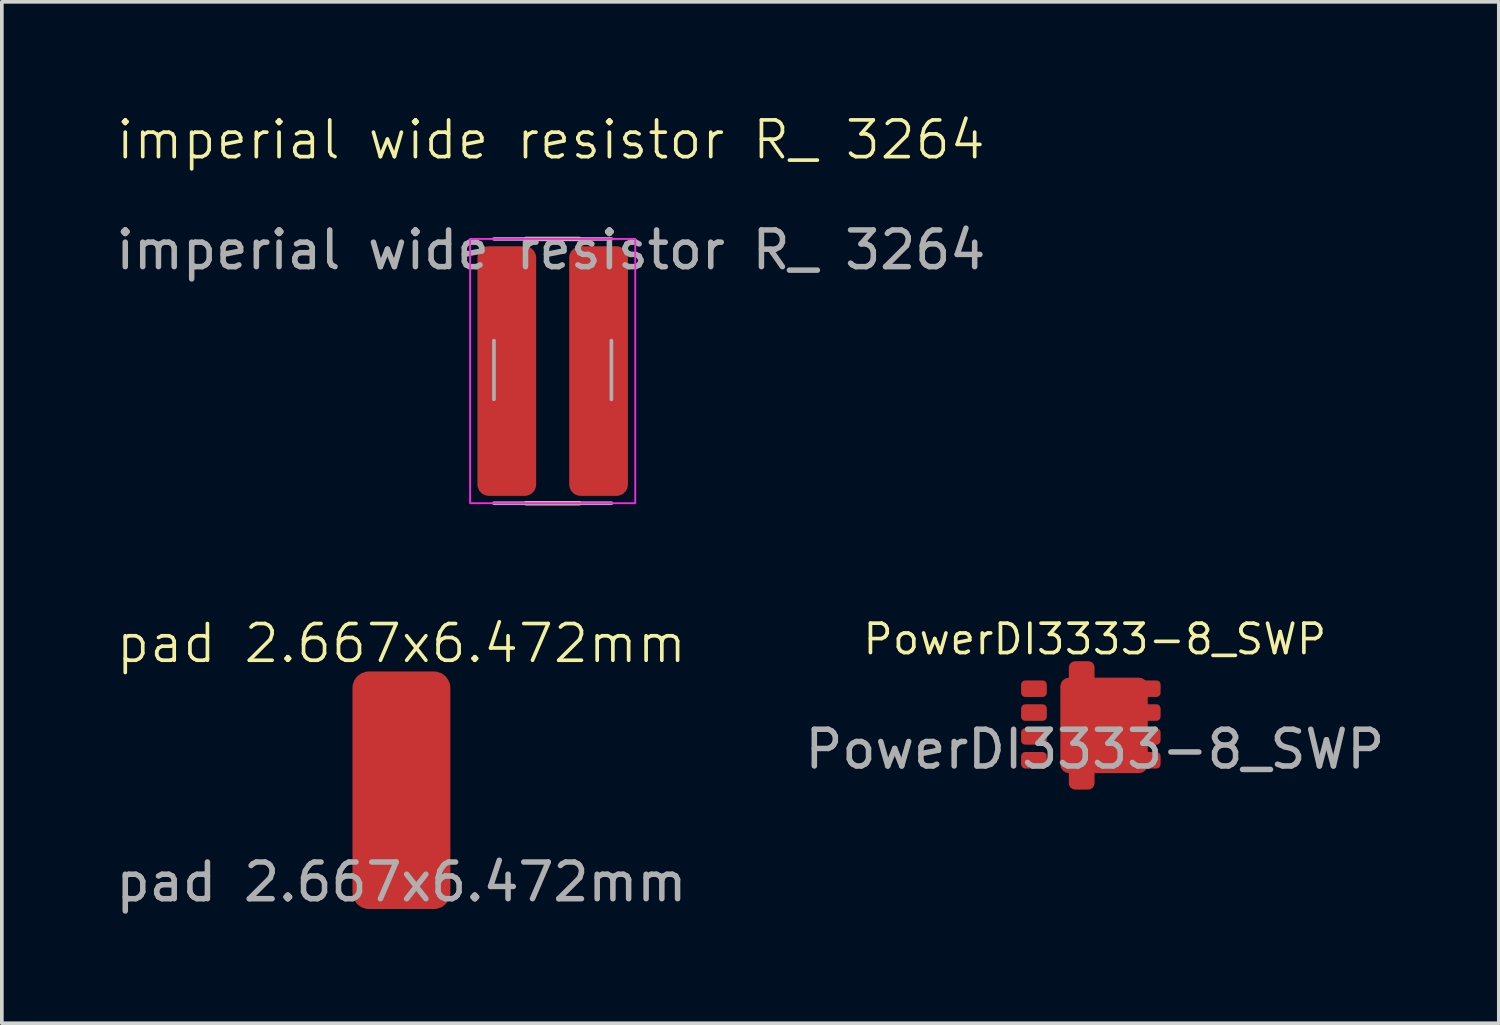
<source format=kicad_pcb>
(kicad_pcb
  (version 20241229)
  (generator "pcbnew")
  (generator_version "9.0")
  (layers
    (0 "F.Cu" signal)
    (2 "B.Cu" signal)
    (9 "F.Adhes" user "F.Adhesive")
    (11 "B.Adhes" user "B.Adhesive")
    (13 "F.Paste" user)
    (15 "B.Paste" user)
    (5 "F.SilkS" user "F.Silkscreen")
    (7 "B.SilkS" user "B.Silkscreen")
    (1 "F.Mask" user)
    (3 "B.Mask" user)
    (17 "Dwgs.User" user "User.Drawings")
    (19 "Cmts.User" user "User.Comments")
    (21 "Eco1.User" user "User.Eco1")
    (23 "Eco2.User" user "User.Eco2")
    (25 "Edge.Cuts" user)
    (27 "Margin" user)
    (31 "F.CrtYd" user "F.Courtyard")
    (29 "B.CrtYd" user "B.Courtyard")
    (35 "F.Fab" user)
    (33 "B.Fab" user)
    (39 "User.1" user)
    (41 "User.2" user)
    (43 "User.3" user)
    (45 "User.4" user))
  (footprint "PowerDI3333-8_SWP"
    (layer "F.Cu")
    (at 26.78 14.864)
    (property "Reference" "PowerDI3333-8_SWP" (at 0 -0.5 0) (unlocked yes) (layer "F.SilkS") (effects (font (size 0.8 0.8) (thickness 0.1))))
    (fp_rect (start -2.1 0.05) (end 1.85 3.65) (stroke (width 0.1) (type default)) (fill no) (layer "Margin"))
    (fp_text user "${REFERENCE}" (at 0 2.5 0) (unlocked yes) (layer "F.Fab") (effects (font (size 1 1) (thickness 0.15))))
    (pad "1" smd roundrect (at -1.659 2.8) (size 0.7 0.45) (layers "F.Cu" "F.Mask" "F.Paste") (roundrect_rratio 0.25))
    (pad "2" smd roundrect (at -1.659 0.85) (size 0.7 0.45) (layers "F.Cu" "F.Mask" "F.Paste") (roundrect_rratio 0.25))
    (pad "2" smd roundrect (at -1.659 1.5) (size 0.7 0.45) (layers "F.Cu" "F.Mask" "F.Paste") (roundrect_rratio 0.25))
    (pad "2" smd roundrect (at -1.659 2.15) (size 0.7 0.45) (layers "F.Cu" "F.Mask" "F.Paste") (roundrect_rratio 0.25))
    (pad "3" smd roundrect (at -0.359 0.438) (size 0.7 0.675) (layers "F.Cu" "F.Mask" "F.Paste") (roundrect_rratio 0.25))
    (pad "3" smd roundrect (at -0.359 3.237) (size 0.7 0.725) (layers "F.Cu" "F.Mask" "F.Paste") (roundrect_rratio 0.25))
    (pad "3" smd roundrect (at 0.25 1.85) (size 2.382 2.6) (layers "F.Cu" "F.Mask" "F.Paste") (roundrect_rratio 0.1))
    (pad "3" smd roundrect (at 1.441 0.85) (size 0.7 0.45) (layers "F.Cu" "F.Mask" "F.Paste") (roundrect_rratio 0.25))
    (pad "3" smd roundrect (at 1.441 1.5) (size 0.7 0.45) (layers "F.Cu" "F.Mask" "F.Paste") (roundrect_rratio 0.25))
    (pad "3" smd roundrect (at 1.441 2.15) (size 0.7 0.45) (layers "F.Cu" "F.Mask" "F.Paste") (roundrect_rratio 0.25))
    (pad "3" smd roundrect (at 1.441 2.8) (size 0.7 0.45) (layers "F.Cu" "F.Mask" "F.Paste") (roundrect_rratio 0.25)))
  (footprint "imperial wide resistor R_ 3264"
    (layer "F.Cu")
    (at 11.958 1.26)
    (property "Reference" "imperial wide resistor R_ 3264" (at 0 -0.5 0) (unlocked yes) (layer "F.SilkS") (effects (font (size 1 1) (thickness 0.1))))
    (attr smd)
    (fp_line (start -0.677 2.2) (end 0.777 2.2) (stroke (width 0.12) (type solid)) (layer "F.SilkS"))
    (fp_line (start -0.677 9.4) (end 0.777 9.4) (stroke (width 0.12) (type solid)) (layer "F.SilkS"))
    (fp_rect (start -2.2 2.2) (end 2.3 9.4) (stroke (width 0.05) (type default)) (fill no) (layer "F.CrtYd"))
    (fp_line (start -1.55 2.2) (end 1.65 2.2) (stroke (width 0.1) (type solid)) (layer "F.Fab"))
    (fp_line (start -1.55 6.57) (end -1.55 4.97) (stroke (width 0.1) (type solid)) (layer "F.Fab"))
    (fp_line (start 1.65 4.97) (end 1.65 6.57) (stroke (width 0.1) (type solid)) (layer "F.Fab"))
    (fp_line (start 1.65 9.4) (end -1.55 9.4) (stroke (width 0.1) (type solid)) (layer "F.Fab"))
    (fp_text user "${REFERENCE}" (at 0 2.5 0) (unlocked yes) (layer "F.Fab") (effects (font (size 1 1) (thickness 0.15))))
    (pad "1" smd roundrect (at -1.2 5.8) (size 1.6 6.8) (layers "F.Cu" "F.Mask" "F.Paste") (roundrect_rratio 0.192))
    (pad "2" smd roundrect (at 1.3 5.8) (size 1.6 6.8) (layers "F.Cu" "F.Mask" "F.Paste") (roundrect_rratio 0.192)))
  (footprint "pad 2.667x6.472mm"
    (layer "F.Cu")
    (at 7.887 18.481)
    (property "Reference" "pad 2.667x6.472mm" (at 0 -4 0) (unlocked yes) (layer "F.SilkS") (effects (font (size 1 1) (thickness 0.1))))
    (attr smd)
    (fp_text user "${REFERENCE}" (at 0 2.5 0) (unlocked yes) (layer "F.Fab") (effects (font (size 1 1) (thickness 0.15))))
    (pad "1" smd roundrect (at 0 0) (size 2.667 6.472) (layers "F.Cu" "F.Mask") (roundrect_rratio 0.167)))
  (gr_rect
    (start -3 -3)
    (end 37.786 24.829)
    (stroke (width 0.1) (type default))
    (fill no)
    (layer "Edge.Cuts")))
</source>
